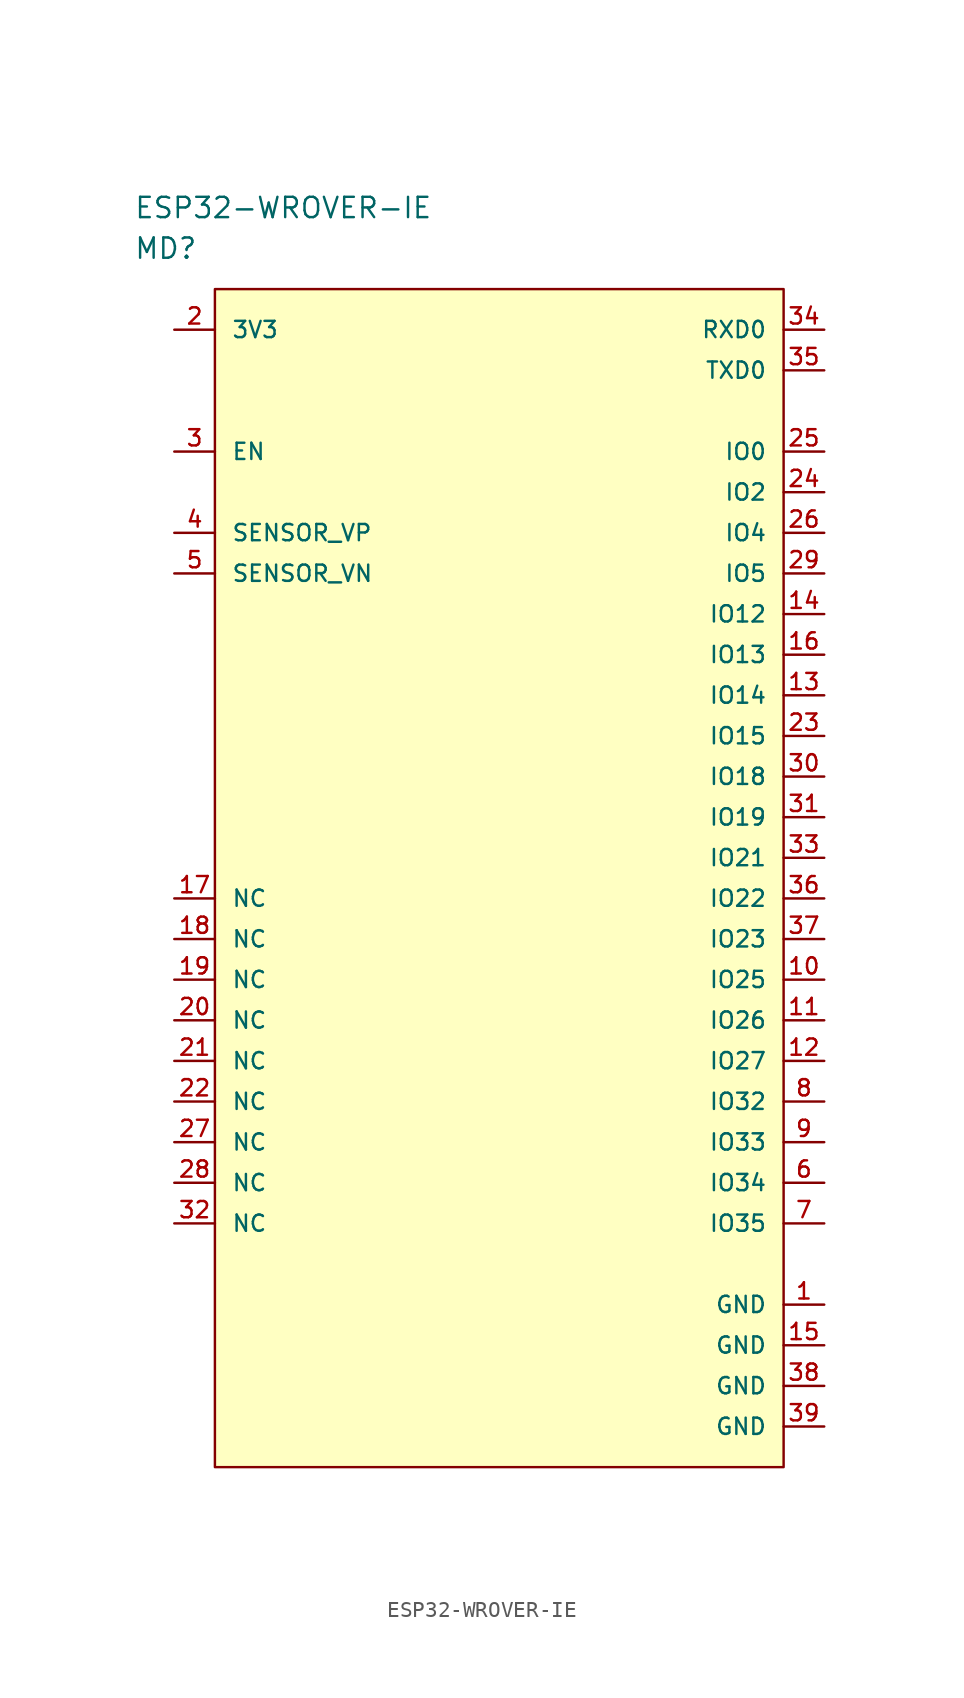
<source format=kicad_sym>
(kicad_symbol_lib
  (version 20211014)
  (generator kicad_symbol_editor)
  (symbol "ESP32-WROVER-IE"
    (pin_names
      (offset 1.016))
    (property "Reference" "MD"
      (at 0 5.08 0)
      (effects (font (size 1.27 1.27)) (justify left)))
    (property "Value" "ESP32-WROVER-IE"
      (at 0 7.62 0)
      (effects (font (size 1.27 1.27)) (justify left)))
    (property "ki_locked" ""
      (at 0 0 0)
      (effects (font (size 1.27 1.27))))
    (symbol "ESP32-WROVER-IE_1_1"
      (rectangle (start 5.08 2.54) (end 40.64 -71.12) (stroke (width 0) (type default) (color 0 0 0 0)) (fill (type background)))
      (pin power_in line (at 43.18 -60.96 180) (length 2.54) (name "GND" (effects (font (size 1.016 1.016)))) (number "1" (effects (font (size 1.016 1.016)))))
      (pin bidirectional line (at 43.18 -40.64 180) (length 2.54) (name "IO25" (effects (font (size 1.016 1.016)))) (number "10" (effects (font (size 1.016 1.016)))))
      (pin bidirectional line (at 43.18 -43.18 180) (length 2.54) (name "IO26" (effects (font (size 1.016 1.016)))) (number "11" (effects (font (size 1.016 1.016)))))
      (pin bidirectional line (at 43.18 -45.72 180) (length 2.54) (name "IO27" (effects (font (size 1.016 1.016)))) (number "12" (effects (font (size 1.016 1.016)))))
      (pin bidirectional line (at 43.18 -22.86 180) (length 2.54) (name "IO14" (effects (font (size 1.016 1.016)))) (number "13" (effects (font (size 1.016 1.016)))))
      (pin bidirectional line (at 43.18 -17.78 180) (length 2.54) (name "IO12" (effects (font (size 1.016 1.016)))) (number "14" (effects (font (size 1.016 1.016)))))
      (pin power_in line (at 43.18 -63.5 180) (length 2.54) (name "GND" (effects (font (size 1.016 1.016)))) (number "15" (effects (font (size 1.016 1.016)))))
      (pin bidirectional line (at 43.18 -20.32 180) (length 2.54) (name "IO13" (effects (font (size 1.016 1.016)))) (number "16" (effects (font (size 1.016 1.016)))))
      (pin passive line (at 2.54 -35.56 0) (length 2.54) (name "NC" (effects (font (size 1.016 1.016)))) (number "17" (effects (font (size 1.016 1.016)))))
      (pin passive line (at 2.54 -38.1 0) (length 2.54) (name "NC" (effects (font (size 1.016 1.016)))) (number "18" (effects (font (size 1.016 1.016)))))
      (pin passive line (at 2.54 -40.64 0) (length 2.54) (name "NC" (effects (font (size 1.016 1.016)))) (number "19" (effects (font (size 1.016 1.016)))))
      (pin passive line (at 2.54 0 0) (length 2.54) (name "3V3" (effects (font (size 1.016 1.016)))) (number "2" (effects (font (size 1.016 1.016)))))
      (pin passive line (at 2.54 -43.18 0) (length 2.54) (name "NC" (effects (font (size 1.016 1.016)))) (number "20" (effects (font (size 1.016 1.016)))))
      (pin passive line (at 2.54 -45.72 0) (length 2.54) (name "NC" (effects (font (size 1.016 1.016)))) (number "21" (effects (font (size 1.016 1.016)))))
      (pin passive line (at 2.54 -48.26 0) (length 2.54) (name "NC" (effects (font (size 1.016 1.016)))) (number "22" (effects (font (size 1.016 1.016)))))
      (pin bidirectional line (at 43.18 -25.4 180) (length 2.54) (name "IO15" (effects (font (size 1.016 1.016)))) (number "23" (effects (font (size 1.016 1.016)))))
      (pin bidirectional line (at 43.18 -10.16 180) (length 2.54) (name "IO2" (effects (font (size 1.016 1.016)))) (number "24" (effects (font (size 1.016 1.016)))))
      (pin bidirectional line (at 43.18 -7.62 180) (length 2.54) (name "IO0" (effects (font (size 1.016 1.016)))) (number "25" (effects (font (size 1.016 1.016)))))
      (pin bidirectional line (at 43.18 -12.7 180) (length 2.54) (name "IO4" (effects (font (size 1.016 1.016)))) (number "26" (effects (font (size 1.016 1.016)))))
      (pin passive line (at 2.54 -50.8 0) (length 2.54) (name "NC" (effects (font (size 1.016 1.016)))) (number "27" (effects (font (size 1.016 1.016)))))
      (pin passive line (at 2.54 -53.34 0) (length 2.54) (name "NC" (effects (font (size 1.016 1.016)))) (number "28" (effects (font (size 1.016 1.016)))))
      (pin bidirectional line (at 43.18 -15.24 180) (length 2.54) (name "IO5" (effects (font (size 1.016 1.016)))) (number "29" (effects (font (size 1.016 1.016)))))
      (pin input line (at 2.54 -7.62 0) (length 2.54) (name "EN" (effects (font (size 1.016 1.016)))) (number "3" (effects (font (size 1.016 1.016)))))
      (pin bidirectional line (at 43.18 -27.94 180) (length 2.54) (name "IO18" (effects (font (size 1.016 1.016)))) (number "30" (effects (font (size 1.016 1.016)))))
      (pin bidirectional line (at 43.18 -30.48 180) (length 2.54) (name "IO19" (effects (font (size 1.016 1.016)))) (number "31" (effects (font (size 1.016 1.016)))))
      (pin passive line (at 2.54 -55.88 0) (length 2.54) (name "NC" (effects (font (size 1.016 1.016)))) (number "32" (effects (font (size 1.016 1.016)))))
      (pin bidirectional line (at 43.18 -33.02 180) (length 2.54) (name "IO21" (effects (font (size 1.016 1.016)))) (number "33" (effects (font (size 1.016 1.016)))))
      (pin bidirectional line (at 43.18 0 180) (length 2.54) (name "RXD0" (effects (font (size 1.016 1.016)))) (number "34" (effects (font (size 1.016 1.016)))))
      (pin bidirectional line (at 43.18 -2.54 180) (length 2.54) (name "TXD0" (effects (font (size 1.016 1.016)))) (number "35" (effects (font (size 1.016 1.016)))))
      (pin bidirectional line (at 43.18 -35.56 180) (length 2.54) (name "IO22" (effects (font (size 1.016 1.016)))) (number "36" (effects (font (size 1.016 1.016)))))
      (pin bidirectional line (at 43.18 -38.1 180) (length 2.54) (name "IO23" (effects (font (size 1.016 1.016)))) (number "37" (effects (font (size 1.016 1.016)))))
      (pin power_in line (at 43.18 -66.04 180) (length 2.54) (name "GND" (effects (font (size 1.016 1.016)))) (number "38" (effects (font (size 1.016 1.016)))))
      (pin power_in line (at 43.18 -68.58 180) (length 2.54) (name "GND" (effects (font (size 1.016 1.016)))) (number "39" (effects (font (size 1.016 1.016)))))
      (pin bidirectional line (at 2.54 -12.7 0) (length 2.54) (name "SENSOR_VP" (effects (font (size 1.016 1.016)))) (number "4" (effects (font (size 1.016 1.016)))))
      (pin bidirectional line (at 2.54 -15.24 0) (length 2.54) (name "SENSOR_VN" (effects (font (size 1.016 1.016)))) (number "5" (effects (font (size 1.016 1.016)))))
      (pin bidirectional line (at 43.18 -53.34 180) (length 2.54) (name "IO34" (effects (font (size 1.016 1.016)))) (number "6" (effects (font (size 1.016 1.016)))))
      (pin bidirectional line (at 43.18 -55.88 180) (length 2.54) (name "IO35" (effects (font (size 1.016 1.016)))) (number "7" (effects (font (size 1.016 1.016)))))
      (pin bidirectional line (at 43.18 -48.26 180) (length 2.54) (name "IO32" (effects (font (size 1.016 1.016)))) (number "8" (effects (font (size 1.016 1.016)))))
      (pin bidirectional line (at 43.18 -50.8 180) (length 2.54) (name "IO33" (effects (font (size 1.016 1.016)))) (number "9" (effects (font (size 1.016 1.016))))))))
</source>
